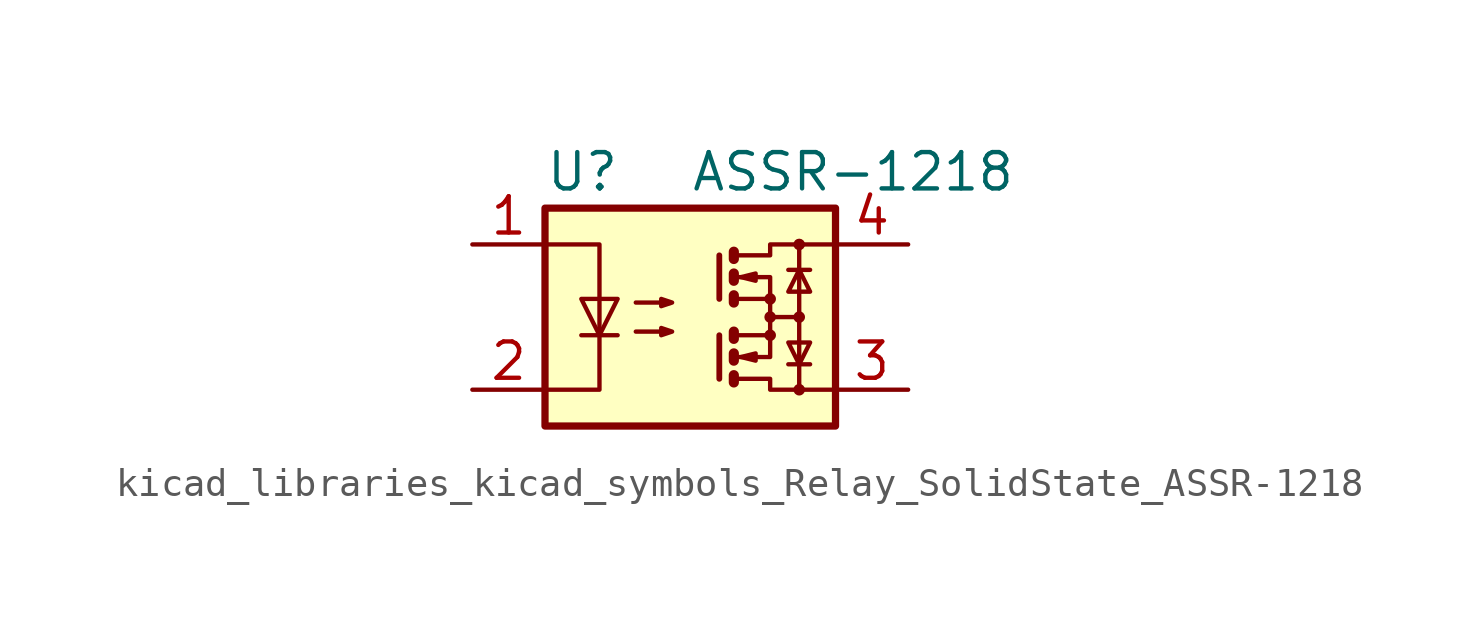
<source format=kicad_sym>
(kicad_symbol_lib
  (version 20220914)
  (generator kicad_symbol_editor)
  (symbol "kicad_libraries_kicad_symbols_Relay_SolidState_ASSR-1218"
    (property "Reference" "U"
      (at -5.08 5.08 0)
      (effects (font (size 1.27 1.27)) (justify left)))
    (property "Value" "ASSR-1218"
      (at 0 5.08 0)
      (effects (font (size 1.27 1.27)) (justify left)))
    (symbol "kicad_libraries_kicad_symbols_Relay_SolidState_ASSR-1218_0_1"
      (rectangle (start -5.08 3.81) (end 5.08 -3.81) (stroke (width 0.254) (type default)) (fill (type background)))
      (polyline (pts (xy -3.81 -0.635) (xy -2.54 -0.635)) (stroke (width 0) (type default)) (fill (type none)))
      (polyline (pts (xy 1.016 -0.635) (xy 1.016 -2.159)) (stroke (width 0.203) (type default)) (fill (type none)))
      (polyline (pts (xy 1.016 2.159) (xy 1.016 0.635)) (stroke (width 0.203) (type default)) (fill (type none)))
      (polyline (pts (xy 1.524 -0.508) (xy 1.524 -0.762)) (stroke (width 0.356) (type default)) (fill (type none)))
      (polyline (pts (xy 2.794 0) (xy 3.81 0)) (stroke (width 0) (type default)) (fill (type none)))
      (polyline (pts (xy 3.429 -1.651) (xy 4.191 -1.651)) (stroke (width 0) (type default)) (fill (type none)))
      (polyline (pts (xy 3.429 1.651) (xy 4.191 1.651)) (stroke (width 0) (type default)) (fill (type none)))
      (polyline (pts (xy 3.81 -2.54) (xy 3.81 2.54)) (stroke (width 0) (type default)) (fill (type none)))
      (polyline (pts (xy 1.524 -2.032) (xy 1.524 -2.286) (xy 1.524 -2.286)) (stroke (width 0.356) (type default)) (fill (type none)))
      (polyline (pts (xy 1.524 -1.27) (xy 1.524 -1.524) (xy 1.524 -1.524)) (stroke (width 0.356) (type default)) (fill (type none)))
      (polyline (pts (xy 1.524 0.762) (xy 1.524 0.508) (xy 1.524 0.508)) (stroke (width 0.356) (type default)) (fill (type none)))
      (polyline (pts (xy 1.524 1.524) (xy 1.524 1.27) (xy 1.524 1.27)) (stroke (width 0.356) (type default)) (fill (type none)))
      (polyline (pts (xy 1.524 2.286) (xy 1.524 2.032) (xy 1.524 2.032)) (stroke (width 0.356) (type default)) (fill (type none)))
      (polyline (pts (xy 1.651 -1.397) (xy 2.794 -1.397) (xy 2.794 -0.635)) (stroke (width 0) (type default)) (fill (type none)))
      (polyline (pts (xy 1.651 1.397) (xy 2.794 1.397) (xy 2.794 0.635)) (stroke (width 0) (type default)) (fill (type none)))
      (polyline (pts (xy -5.08 2.54) (xy -3.175 2.54) (xy -3.175 -2.54) (xy -5.08 -2.54)) (stroke (width 0) (type default)) (fill (type none)))
      (polyline (pts (xy -3.175 -0.635) (xy -3.81 0.635) (xy -2.54 0.635) (xy -3.175 -0.635)) (stroke (width 0) (type default)) (fill (type none)))
      (polyline (pts (xy 1.651 -2.159) (xy 2.794 -2.159) (xy 2.794 -2.54) (xy 5.08 -2.54)) (stroke (width 0) (type default)) (fill (type none)))
      (polyline (pts (xy 1.651 -0.635) (xy 2.794 -0.635) (xy 2.794 0.635) (xy 1.651 0.635)) (stroke (width 0) (type default)) (fill (type none)))
      (polyline (pts (xy 1.651 2.159) (xy 2.794 2.159) (xy 2.794 2.54) (xy 5.08 2.54)) (stroke (width 0) (type default)) (fill (type none)))
      (polyline (pts (xy 1.778 -1.397) (xy 2.286 -1.27) (xy 2.286 -1.524) (xy 1.778 -1.397)) (stroke (width 0) (type default)) (fill (type none)))
      (polyline (pts (xy 1.778 1.397) (xy 2.286 1.524) (xy 2.286 1.27) (xy 1.778 1.397)) (stroke (width 0) (type default)) (fill (type none)))
      (polyline (pts (xy 3.81 -1.651) (xy 3.429 -0.889) (xy 4.191 -0.889) (xy 3.81 -1.651)) (stroke (width 0) (type default)) (fill (type none)))
      (polyline (pts (xy 3.81 1.651) (xy 3.429 0.889) (xy 4.191 0.889) (xy 3.81 1.651)) (stroke (width 0) (type default)) (fill (type none)))
      (polyline (pts (xy -1.905 -0.508) (xy -0.635 -0.508) (xy -1.016 -0.635) (xy -1.016 -0.381) (xy -0.635 -0.508)) (stroke (width 0) (type default)) (fill (type none)))
      (polyline (pts (xy -1.905 0.508) (xy -0.635 0.508) (xy -1.016 0.381) (xy -1.016 0.635) (xy -0.635 0.508)) (stroke (width 0) (type default)) (fill (type none)))
      (circle (center 2.794 -0.635) (radius 0.127) (stroke (width 0) (type default)) (fill (type none)))
      (circle (center 2.794 0) (radius 0.127) (stroke (width 0) (type default)) (fill (type none)))
      (circle (center 2.794 0.635) (radius 0.127) (stroke (width 0) (type default)) (fill (type none)))
      (circle (center 3.81 -2.54) (radius 0.127) (stroke (width 0) (type default)) (fill (type none)))
      (circle (center 3.81 0) (radius 0.127) (stroke (width 0) (type default)) (fill (type none)))
      (circle (center 3.81 2.54) (radius 0.127) (stroke (width 0) (type default)) (fill (type none))))
    (symbol "kicad_libraries_kicad_symbols_Relay_SolidState_ASSR-1218_1_1"
      (pin passive line (at -7.62 2.54 0) (length 2.54) (name "~" (effects (font (size 1.27 1.27)))) (number "1" (effects (font (size 1.27 1.27)))))
      (pin passive line (at -7.62 -2.54 0) (length 2.54) (name "~" (effects (font (size 1.27 1.27)))) (number "2" (effects (font (size 1.27 1.27)))))
      (pin passive line (at 7.62 -2.54 180) (length 2.54) (name "~" (effects (font (size 1.27 1.27)))) (number "3" (effects (font (size 1.27 1.27)))))
      (pin passive line (at 7.62 2.54 180) (length 2.54) (name "~" (effects (font (size 1.27 1.27)))) (number "4" (effects (font (size 1.27 1.27))))))))
</source>
